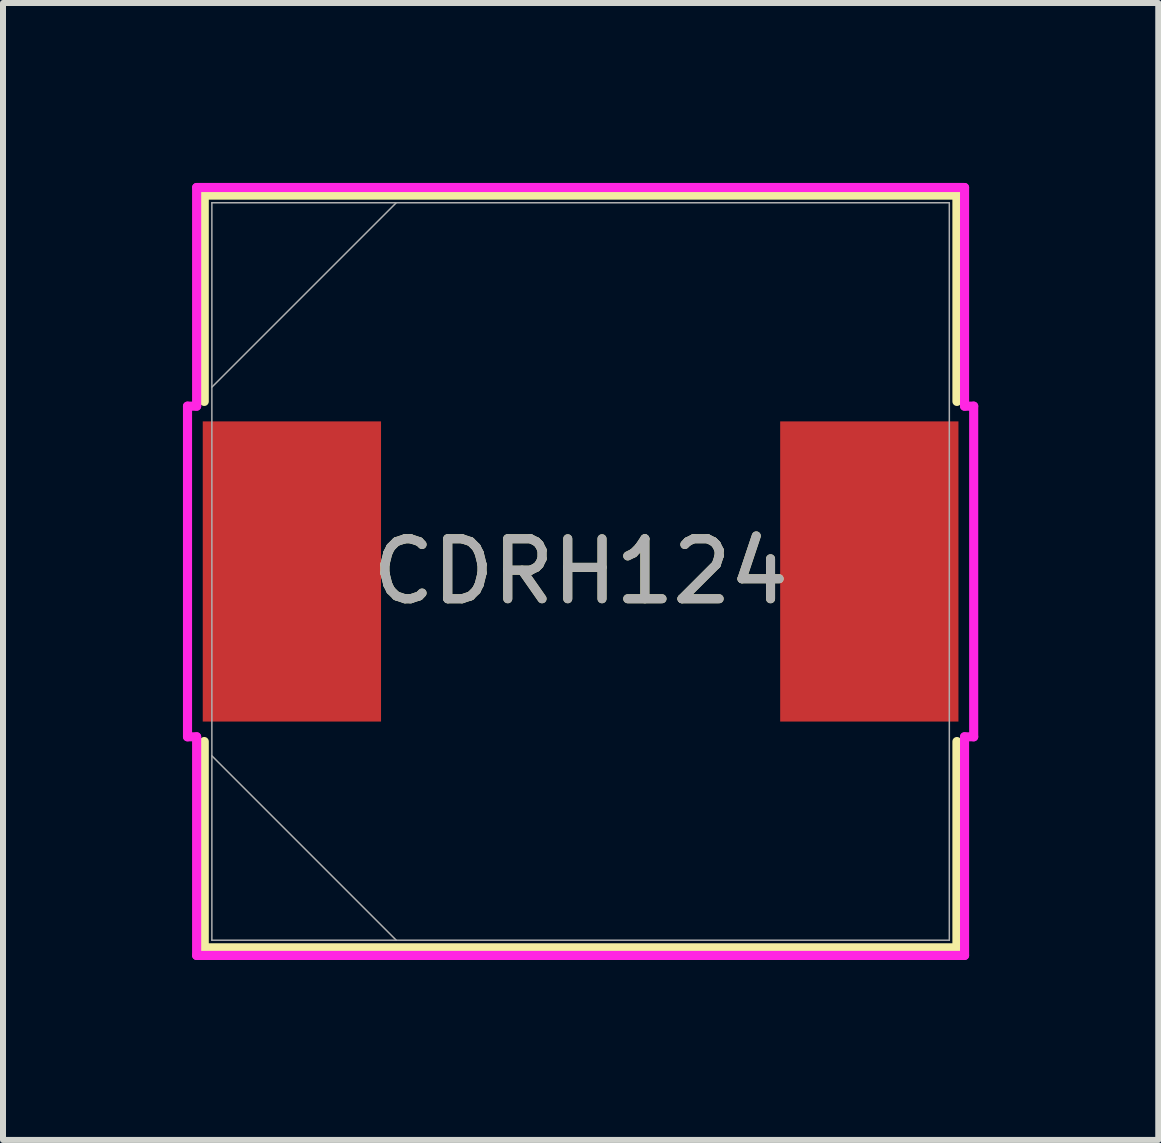
<source format=kicad_pcb>
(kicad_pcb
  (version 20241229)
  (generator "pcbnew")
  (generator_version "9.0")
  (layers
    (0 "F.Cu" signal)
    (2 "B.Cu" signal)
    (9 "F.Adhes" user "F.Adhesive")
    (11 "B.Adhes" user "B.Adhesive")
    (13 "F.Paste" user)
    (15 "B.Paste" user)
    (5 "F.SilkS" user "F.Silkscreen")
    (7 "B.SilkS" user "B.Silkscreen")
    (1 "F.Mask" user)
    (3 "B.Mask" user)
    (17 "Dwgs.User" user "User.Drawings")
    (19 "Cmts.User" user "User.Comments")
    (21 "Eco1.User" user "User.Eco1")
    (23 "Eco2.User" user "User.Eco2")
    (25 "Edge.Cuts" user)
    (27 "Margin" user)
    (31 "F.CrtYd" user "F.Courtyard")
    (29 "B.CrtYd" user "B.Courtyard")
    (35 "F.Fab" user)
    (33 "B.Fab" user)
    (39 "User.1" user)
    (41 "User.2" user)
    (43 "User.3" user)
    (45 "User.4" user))
  (footprint "CDRH124"
    (layer "F.Cu")
    (at 6.629 6.477)
    (property "Reference" "CDRH124" (at 0 0 0) (unlocked yes) (layer "F.SilkS") (effects (font (size 1 1) (thickness 0.15))))
    (attr smd)
    (fp_line (start -6.274 -6.274) (end -6.274 -2.835) (stroke (width 0.152) (type solid)) (layer "F.SilkS"))
    (fp_line (start -6.274 2.835) (end -6.274 6.274) (stroke (width 0.152) (type solid)) (layer "F.SilkS"))
    (fp_line (start -6.274 6.274) (end 6.274 6.274) (stroke (width 0.152) (type solid)) (layer "F.SilkS"))
    (fp_line (start 6.274 -6.274) (end -6.274 -6.274) (stroke (width 0.152) (type solid)) (layer "F.SilkS"))
    (fp_line (start 6.274 -2.835) (end 6.274 -6.274) (stroke (width 0.152) (type solid)) (layer "F.SilkS"))
    (fp_line (start 6.274 6.274) (end 6.274 2.835) (stroke (width 0.152) (type solid)) (layer "F.SilkS"))
    (fp_line (start -6.553 -2.756) (end -6.401 -2.756) (stroke (width 0.152) (type solid)) (layer "F.CrtYd"))
    (fp_line (start -6.553 2.756) (end -6.553 -2.756) (stroke (width 0.152) (type solid)) (layer "F.CrtYd"))
    (fp_line (start -6.401 -6.401) (end 6.401 -6.401) (stroke (width 0.152) (type solid)) (layer "F.CrtYd"))
    (fp_line (start -6.401 -2.756) (end -6.401 -6.401) (stroke (width 0.152) (type solid)) (layer "F.CrtYd"))
    (fp_line (start -6.401 2.756) (end -6.553 2.756) (stroke (width 0.152) (type solid)) (layer "F.CrtYd"))
    (fp_line (start -6.401 2.756) (end -6.401 6.401) (stroke (width 0.152) (type solid)) (layer "F.CrtYd"))
    (fp_line (start -6.401 6.401) (end 6.401 6.401) (stroke (width 0.152) (type solid)) (layer "F.CrtYd"))
    (fp_line (start 6.401 -6.401) (end 6.401 -2.756) (stroke (width 0.152) (type solid)) (layer "F.CrtYd"))
    (fp_line (start 6.401 -2.756) (end 6.553 -2.756) (stroke (width 0.152) (type solid)) (layer "F.CrtYd"))
    (fp_line (start 6.401 2.756) (end 6.553 2.756) (stroke (width 0.152) (type solid)) (layer "F.CrtYd"))
    (fp_line (start 6.401 6.401) (end 6.401 2.756) (stroke (width 0.152) (type solid)) (layer "F.CrtYd"))
    (fp_line (start 6.553 -2.756) (end 6.553 2.756) (stroke (width 0.152) (type solid)) (layer "F.CrtYd"))
    (fp_line (start -6.147 -6.147) (end -6.147 6.147) (stroke (width 0.025) (type solid)) (layer "F.Fab"))
    (fp_line (start -6.147 -3.073) (end -3.073 -6.147) (stroke (width 0.025) (type solid)) (layer "F.Fab"))
    (fp_line (start -6.147 3.073) (end -3.073 6.147) (stroke (width 0.025) (type solid)) (layer "F.Fab"))
    (fp_line (start -6.147 6.147) (end 6.147 6.147) (stroke (width 0.025) (type solid)) (layer "F.Fab"))
    (fp_line (start 6.147 -6.147) (end -6.147 -6.147) (stroke (width 0.025) (type solid)) (layer "F.Fab"))
    (fp_line (start 6.147 6.147) (end 6.147 -6.147) (stroke (width 0.025) (type solid)) (layer "F.Fab"))
    (fp_text user "${REFERENCE}" (at 0 0 0) (unlocked yes) (layer "F.Fab") (effects (font (size 1 1) (thickness 0.15))))
    (pad "1" smd rect (at -4.813 0 90) (size 5.004 2.972) (layers "F.Cu" "F.Mask" "F.Paste"))
    (pad "2" smd rect (at 4.813 0 90) (size 5.004 2.972) (layers "F.Cu" "F.Mask" "F.Paste")))
  (gr_rect
    (start -3 -3)
    (end 16.259 15.954)
    (stroke (width 0.1) (type default))
    (fill no)
    (layer "Edge.Cuts")))
</source>
